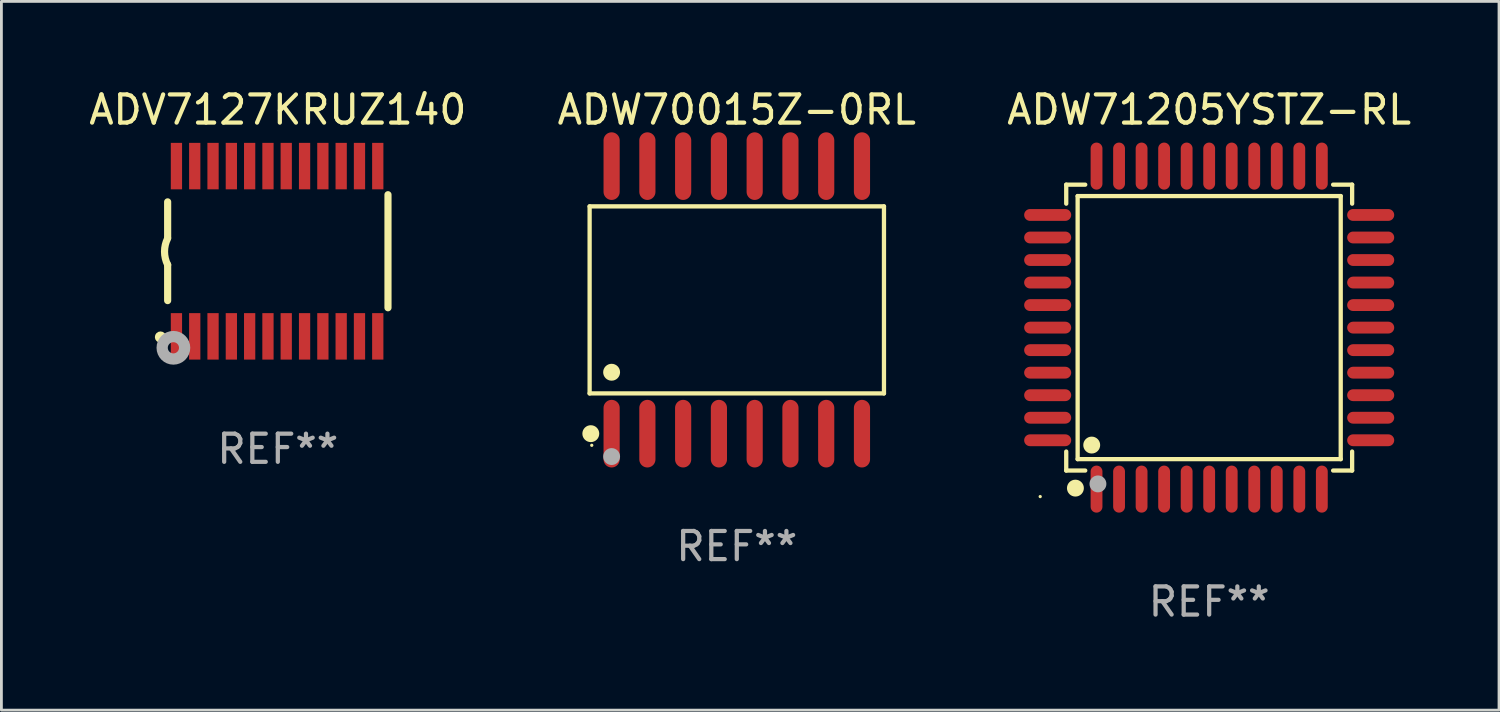
<source format=kicad_pcb>
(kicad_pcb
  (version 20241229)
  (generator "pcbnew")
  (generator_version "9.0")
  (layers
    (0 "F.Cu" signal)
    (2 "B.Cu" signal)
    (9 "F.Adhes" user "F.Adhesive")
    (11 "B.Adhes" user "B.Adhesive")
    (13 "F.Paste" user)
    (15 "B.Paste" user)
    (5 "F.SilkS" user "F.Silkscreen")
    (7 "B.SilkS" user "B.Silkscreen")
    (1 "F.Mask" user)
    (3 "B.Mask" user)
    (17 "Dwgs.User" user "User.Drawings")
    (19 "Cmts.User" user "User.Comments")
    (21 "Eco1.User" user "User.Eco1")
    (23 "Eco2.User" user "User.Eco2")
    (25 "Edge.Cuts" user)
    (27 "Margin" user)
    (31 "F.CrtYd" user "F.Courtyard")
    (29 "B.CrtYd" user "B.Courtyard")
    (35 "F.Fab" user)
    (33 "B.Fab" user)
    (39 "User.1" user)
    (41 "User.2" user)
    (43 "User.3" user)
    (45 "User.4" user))
  (footprint "ADW70015Z-0RL"
    (layer "F.Cu")
    (at 23.113 7.599)
    (property "Reference" "ADW70015Z-0RL" (at 0 -6.75 0) (layer "F.SilkS") (effects (font (size 1 1) (thickness 0.15))))
    (attr through_hole)
    (fp_line (start -5.226 -3.321) (end 5.226 -3.321) (stroke (width 0.152) (type solid)) (layer "F.SilkS"))
    (fp_line (start -5.226 3.321) (end -5.226 -3.321) (stroke (width 0.152) (type solid)) (layer "F.SilkS"))
    (fp_line (start 5.226 -3.321) (end 5.226 3.321) (stroke (width 0.152) (type solid)) (layer "F.SilkS"))
    (fp_line (start 5.226 3.321) (end -5.226 3.321) (stroke (width 0.152) (type solid)) (layer "F.SilkS"))
    (fp_circle (center -5.184 4.75) (end -5.034 4.75) (stroke (width 0.3) (type solid)) (fill no) (layer "F.SilkS"))
    (fp_circle (center -5.15 5.163) (end -5.12 5.163) (stroke (width 0.06) (type solid)) (fill no) (layer "F.SilkS"))
    (fp_circle (center -4.445 2.569) (end -4.295 2.569) (stroke (width 0.3) (type solid)) (fill no) (layer "F.SilkS"))
    (fp_circle (center -4.445 5.563) (end -4.295 5.563) (stroke (width 0.3) (type solid)) (fill no) (layer "F.Fab"))
    (fp_text user "REF**" (at 0 8.75 0) (layer "F.Fab") (effects (font (size 1 1) (thickness 0.15))))
    (pad "1" smd oval (at -4.445 4.75) (size 0.574 2.401) (layers "F.Cu" "F.Mask" "F.Paste"))
    (pad "2" smd oval (at -3.175 4.75) (size 0.574 2.401) (layers "F.Cu" "F.Mask" "F.Paste"))
    (pad "3" smd oval (at -1.905 4.75) (size 0.574 2.401) (layers "F.Cu" "F.Mask" "F.Paste"))
    (pad "4" smd oval (at -0.635 4.75) (size 0.574 2.401) (layers "F.Cu" "F.Mask" "F.Paste"))
    (pad "5" smd oval (at 0.635 4.75) (size 0.574 2.401) (layers "F.Cu" "F.Mask" "F.Paste"))
    (pad "6" smd oval (at 1.905 4.75) (size 0.574 2.401) (layers "F.Cu" "F.Mask" "F.Paste"))
    (pad "7" smd oval (at 3.175 4.75) (size 0.574 2.401) (layers "F.Cu" "F.Mask" "F.Paste"))
    (pad "8" smd oval (at 4.445 4.75) (size 0.574 2.401) (layers "F.Cu" "F.Mask" "F.Paste"))
    (pad "9" smd oval (at 4.445 -4.75) (size 0.574 2.401) (layers "F.Cu" "F.Mask" "F.Paste"))
    (pad "10" smd oval (at 3.175 -4.75) (size 0.574 2.401) (layers "F.Cu" "F.Mask" "F.Paste"))
    (pad "11" smd oval (at 1.905 -4.75) (size 0.574 2.401) (layers "F.Cu" "F.Mask" "F.Paste"))
    (pad "12" smd oval (at 0.635 -4.75) (size 0.574 2.401) (layers "F.Cu" "F.Mask" "F.Paste"))
    (pad "13" smd oval (at -0.635 -4.75) (size 0.574 2.401) (layers "F.Cu" "F.Mask" "F.Paste"))
    (pad "14" smd oval (at -1.905 -4.75) (size 0.574 2.401) (layers "F.Cu" "F.Mask" "F.Paste"))
    (pad "15" smd oval (at -3.175 -4.75) (size 0.574 2.401) (layers "F.Cu" "F.Mask" "F.Paste"))
    (pad "16" smd oval (at -4.445 -4.75) (size 0.574 2.401) (layers "F.Cu" "F.Mask" "F.Paste")))
  (footprint "ADV7127KRUZ140"
    (layer "F.Cu")
    (at 6.815 5.871)
    (property "Reference" "ADV7127KRUZ140" (at 0 -5.023 0) (layer "F.SilkS") (effects (font (size 1 1) (thickness 0.15))))
    (attr through_hole)
    (fp_line (start -3.912 -0.483) (end -3.912 -1.753) (stroke (width 0.254) (type solid)) (layer "F.SilkS"))
    (fp_line (start -3.912 1.753) (end -3.912 0.483) (stroke (width 0.254) (type solid)) (layer "F.SilkS"))
    (fp_line (start 3.912 -2.007) (end 3.912 2.007) (stroke (width 0.254) (type solid)) (layer "F.SilkS"))
    (fp_arc (start -3.911608 0.482601) (mid -4.022537 0.0127) (end -3.911608 -0.457201) (stroke (width 0.254001) (type solid)) (layer "F.SilkS"))
    (fp_circle (center -4.166 3.048) (end -4.066 3.048) (stroke (width 0.2) (type solid)) (fill no) (layer "F.SilkS"))
    (fp_circle (center -3.925 3.186) (end -3.895 3.186) (stroke (width 0.06) (type solid)) (fill no) (layer "F.SilkS"))
    (fp_circle (center -3.708 3.429) (end -3.509 3.429) (stroke (width 0.4) (type solid)) (fill no) (layer "F.Fab"))
    (fp_text user "REF**" (at 0 7.023 0) (layer "F.Fab") (effects (font (size 1 1) (thickness 0.15))))
    (pad "1" smd rect (at -3.6 3.023) (size 0.4 1.65) (layers "F.Cu" "F.Mask" "F.Paste"))
    (pad "2" smd rect (at -2.95 3.023) (size 0.4 1.65) (layers "F.Cu" "F.Mask" "F.Paste"))
    (pad "3" smd rect (at -2.3 3.023) (size 0.4 1.65) (layers "F.Cu" "F.Mask" "F.Paste"))
    (pad "4" smd rect (at -1.65 3.023) (size 0.4 1.65) (layers "F.Cu" "F.Mask" "F.Paste"))
    (pad "5" smd rect (at -1 3.023) (size 0.4 1.65) (layers "F.Cu" "F.Mask" "F.Paste"))
    (pad "6" smd rect (at -0.35 3.023) (size 0.4 1.65) (layers "F.Cu" "F.Mask" "F.Paste"))
    (pad "7" smd rect (at 0.299 3.023) (size 0.4 1.65) (layers "F.Cu" "F.Mask" "F.Paste"))
    (pad "8" smd rect (at 0.95 3.023) (size 0.4 1.65) (layers "F.Cu" "F.Mask" "F.Paste"))
    (pad "9" smd rect (at 1.6 3.023) (size 0.4 1.65) (layers "F.Cu" "F.Mask" "F.Paste"))
    (pad "10" smd rect (at 2.25 3.023) (size 0.4 1.65) (layers "F.Cu" "F.Mask" "F.Paste"))
    (pad "11" smd rect (at 2.9 3.023) (size 0.4 1.65) (layers "F.Cu" "F.Mask" "F.Paste"))
    (pad "12" smd rect (at 3.549 3.023) (size 0.4 1.65) (layers "F.Cu" "F.Mask" "F.Paste"))
    (pad "13" smd rect (at 3.549 -3.023) (size 0.4 1.65) (layers "F.Cu" "F.Mask" "F.Paste"))
    (pad "14" smd rect (at 2.9 -3.023) (size 0.4 1.65) (layers "F.Cu" "F.Mask" "F.Paste"))
    (pad "15" smd rect (at 2.25 -3.023) (size 0.4 1.65) (layers "F.Cu" "F.Mask" "F.Paste"))
    (pad "16" smd rect (at 1.6 -3.023) (size 0.4 1.65) (layers "F.Cu" "F.Mask" "F.Paste"))
    (pad "17" smd rect (at 0.95 -3.023) (size 0.4 1.65) (layers "F.Cu" "F.Mask" "F.Paste"))
    (pad "18" smd rect (at 0.299 -3.023) (size 0.4 1.65) (layers "F.Cu" "F.Mask" "F.Paste"))
    (pad "19" smd rect (at -0.35 -3.023) (size 0.4 1.65) (layers "F.Cu" "F.Mask" "F.Paste"))
    (pad "20" smd rect (at -1 -3.023) (size 0.4 1.65) (layers "F.Cu" "F.Mask" "F.Paste"))
    (pad "21" smd rect (at -1.65 -3.023) (size 0.4 1.65) (layers "F.Cu" "F.Mask" "F.Paste"))
    (pad "22" smd rect (at -2.3 -3.023) (size 0.4 1.65) (layers "F.Cu" "F.Mask" "F.Paste"))
    (pad "23" smd rect (at -2.95 -3.023) (size 0.4 1.65) (layers "F.Cu" "F.Mask" "F.Paste"))
    (pad "24" smd rect (at -3.6 -3.023) (size 0.4 1.65) (layers "F.Cu" "F.Mask" "F.Paste")))
  (footprint "ADW71205YSTZ-RL"
    (layer "F.Cu")
    (at 39.887 8.583)
    (property "Reference" "ADW71205YSTZ-RL" (at 0 -7.735 0) (layer "F.SilkS") (effects (font (size 1 1) (thickness 0.15))))
    (attr through_hole)
    (fp_line (start -5.076 -5.076) (end -4.401 -5.076) (stroke (width 0.152) (type solid)) (layer "F.SilkS"))
    (fp_line (start -5.076 -4.401) (end -5.076 -5.076) (stroke (width 0.152) (type solid)) (layer "F.SilkS"))
    (fp_line (start -5.076 4.401) (end -5.076 5.076) (stroke (width 0.152) (type solid)) (layer "F.SilkS"))
    (fp_line (start -5.076 5.076) (end -4.401 5.076) (stroke (width 0.152) (type solid)) (layer "F.SilkS"))
    (fp_line (start -4.671 -4.671) (end 4.671 -4.671) (stroke (width 0.152) (type solid)) (layer "F.SilkS"))
    (fp_line (start -4.671 4.671) (end -4.671 -4.671) (stroke (width 0.152) (type solid)) (layer "F.SilkS"))
    (fp_line (start 4.671 -4.671) (end 4.671 4.671) (stroke (width 0.152) (type solid)) (layer "F.SilkS"))
    (fp_line (start 4.671 4.671) (end -4.671 4.671) (stroke (width 0.152) (type solid)) (layer "F.SilkS"))
    (fp_line (start 5.076 -5.076) (end 4.401 -5.076) (stroke (width 0.152) (type solid)) (layer "F.SilkS"))
    (fp_line (start 5.076 -4.401) (end 5.076 -5.076) (stroke (width 0.152) (type solid)) (layer "F.SilkS"))
    (fp_line (start 5.076 4.401) (end 5.076 5.076) (stroke (width 0.152) (type solid)) (layer "F.SilkS"))
    (fp_line (start 5.076 5.076) (end 4.401 5.076) (stroke (width 0.152) (type solid)) (layer "F.SilkS"))
    (fp_circle (center -6 6) (end -5.97 6) (stroke (width 0.06) (type solid)) (fill no) (layer "F.SilkS"))
    (fp_circle (center -4.75 5.7) (end -4.6 5.7) (stroke (width 0.3) (type solid)) (fill no) (layer "F.SilkS"))
    (fp_circle (center -4.171 4.171) (end -4.021 4.171) (stroke (width 0.3) (type solid)) (fill no) (layer "F.SilkS"))
    (fp_circle (center -3.95 5.55) (end -3.8 5.55) (stroke (width 0.3) (type solid)) (fill no) (layer "F.Fab"))
    (fp_text user "REF**" (at 0 9.735 0) (layer "F.Fab") (effects (font (size 1 1) (thickness 0.15))))
    (pad "1" smd oval (at -4 5.735) (size 0.42 1.67) (layers "F.Cu" "F.Mask" "F.Paste"))
    (pad "2" smd oval (at -3.2 5.735) (size 0.42 1.67) (layers "F.Cu" "F.Mask" "F.Paste"))
    (pad "3" smd oval (at -2.4 5.735) (size 0.42 1.67) (layers "F.Cu" "F.Mask" "F.Paste"))
    (pad "4" smd oval (at -1.6 5.735) (size 0.42 1.67) (layers "F.Cu" "F.Mask" "F.Paste"))
    (pad "5" smd oval (at -0.8 5.735) (size 0.42 1.67) (layers "F.Cu" "F.Mask" "F.Paste"))
    (pad "6" smd oval (at 0 5.735) (size 0.42 1.67) (layers "F.Cu" "F.Mask" "F.Paste"))
    (pad "7" smd oval (at 0.8 5.735) (size 0.42 1.67) (layers "F.Cu" "F.Mask" "F.Paste"))
    (pad "8" smd oval (at 1.6 5.735) (size 0.42 1.67) (layers "F.Cu" "F.Mask" "F.Paste"))
    (pad "9" smd oval (at 2.4 5.735) (size 0.42 1.67) (layers "F.Cu" "F.Mask" "F.Paste"))
    (pad "10" smd oval (at 3.2 5.735) (size 0.42 1.67) (layers "F.Cu" "F.Mask" "F.Paste"))
    (pad "11" smd oval (at 4 5.735) (size 0.42 1.67) (layers "F.Cu" "F.Mask" "F.Paste"))
    (pad "12" smd oval (at 5.735 4) (size 1.67 0.42) (layers "F.Cu" "F.Mask" "F.Paste"))
    (pad "13" smd oval (at 5.735 3.2) (size 1.67 0.42) (layers "F.Cu" "F.Mask" "F.Paste"))
    (pad "14" smd oval (at 5.735 2.4) (size 1.67 0.42) (layers "F.Cu" "F.Mask" "F.Paste"))
    (pad "15" smd oval (at 5.735 1.6) (size 1.67 0.42) (layers "F.Cu" "F.Mask" "F.Paste"))
    (pad "16" smd oval (at 5.735 0.8) (size 1.67 0.42) (layers "F.Cu" "F.Mask" "F.Paste"))
    (pad "17" smd oval (at 5.735 0) (size 1.67 0.42) (layers "F.Cu" "F.Mask" "F.Paste"))
    (pad "18" smd oval (at 5.735 -0.8) (size 1.67 0.42) (layers "F.Cu" "F.Mask" "F.Paste"))
    (pad "19" smd oval (at 5.735 -1.6) (size 1.67 0.42) (layers "F.Cu" "F.Mask" "F.Paste"))
    (pad "20" smd oval (at 5.735 -2.4) (size 1.67 0.42) (layers "F.Cu" "F.Mask" "F.Paste"))
    (pad "21" smd oval (at 5.735 -3.2) (size 1.67 0.42) (layers "F.Cu" "F.Mask" "F.Paste"))
    (pad "22" smd oval (at 5.735 -4) (size 1.67 0.42) (layers "F.Cu" "F.Mask" "F.Paste"))
    (pad "23" smd oval (at 4 -5.735) (size 0.42 1.67) (layers "F.Cu" "F.Mask" "F.Paste"))
    (pad "24" smd oval (at 3.2 -5.735) (size 0.42 1.67) (layers "F.Cu" "F.Mask" "F.Paste"))
    (pad "25" smd oval (at 2.4 -5.735) (size 0.42 1.67) (layers "F.Cu" "F.Mask" "F.Paste"))
    (pad "26" smd oval (at 1.6 -5.735) (size 0.42 1.67) (layers "F.Cu" "F.Mask" "F.Paste"))
    (pad "27" smd oval (at 0.8 -5.735) (size 0.42 1.67) (layers "F.Cu" "F.Mask" "F.Paste"))
    (pad "28" smd oval (at 0 -5.735) (size 0.42 1.67) (layers "F.Cu" "F.Mask" "F.Paste"))
    (pad "29" smd oval (at -0.8 -5.735) (size 0.42 1.67) (layers "F.Cu" "F.Mask" "F.Paste"))
    (pad "30" smd oval (at -1.6 -5.735) (size 0.42 1.67) (layers "F.Cu" "F.Mask" "F.Paste"))
    (pad "31" smd oval (at -2.4 -5.735) (size 0.42 1.67) (layers "F.Cu" "F.Mask" "F.Paste"))
    (pad "32" smd oval (at -3.2 -5.735) (size 0.42 1.67) (layers "F.Cu" "F.Mask" "F.Paste"))
    (pad "33" smd oval (at -4 -5.735) (size 0.42 1.67) (layers "F.Cu" "F.Mask" "F.Paste"))
    (pad "34" smd oval (at -5.735 -4) (size 1.67 0.42) (layers "F.Cu" "F.Mask" "F.Paste"))
    (pad "35" smd oval (at -5.735 -3.2) (size 1.67 0.42) (layers "F.Cu" "F.Mask" "F.Paste"))
    (pad "36" smd oval (at -5.735 -2.4) (size 1.67 0.42) (layers "F.Cu" "F.Mask" "F.Paste"))
    (pad "37" smd oval (at -5.735 -1.6) (size 1.67 0.42) (layers "F.Cu" "F.Mask" "F.Paste"))
    (pad "38" smd oval (at -5.735 -0.8) (size 1.67 0.42) (layers "F.Cu" "F.Mask" "F.Paste"))
    (pad "39" smd oval (at -5.735 0) (size 1.67 0.42) (layers "F.Cu" "F.Mask" "F.Paste"))
    (pad "40" smd oval (at -5.735 0.8) (size 1.67 0.42) (layers "F.Cu" "F.Mask" "F.Paste"))
    (pad "41" smd oval (at -5.735 1.6) (size 1.67 0.42) (layers "F.Cu" "F.Mask" "F.Paste"))
    (pad "42" smd oval (at -5.735 2.4) (size 1.67 0.42) (layers "F.Cu" "F.Mask" "F.Paste"))
    (pad "43" smd oval (at -5.735 3.2) (size 1.67 0.42) (layers "F.Cu" "F.Mask" "F.Paste"))
    (pad "44" smd oval (at -5.735 4) (size 1.67 0.42) (layers "F.Cu" "F.Mask" "F.Paste")))
  (gr_rect
    (start -3 -3)
    (end 50.179 22.167)
    (stroke (width 0.1) (type default))
    (fill no)
    (layer "Edge.Cuts")))
</source>
